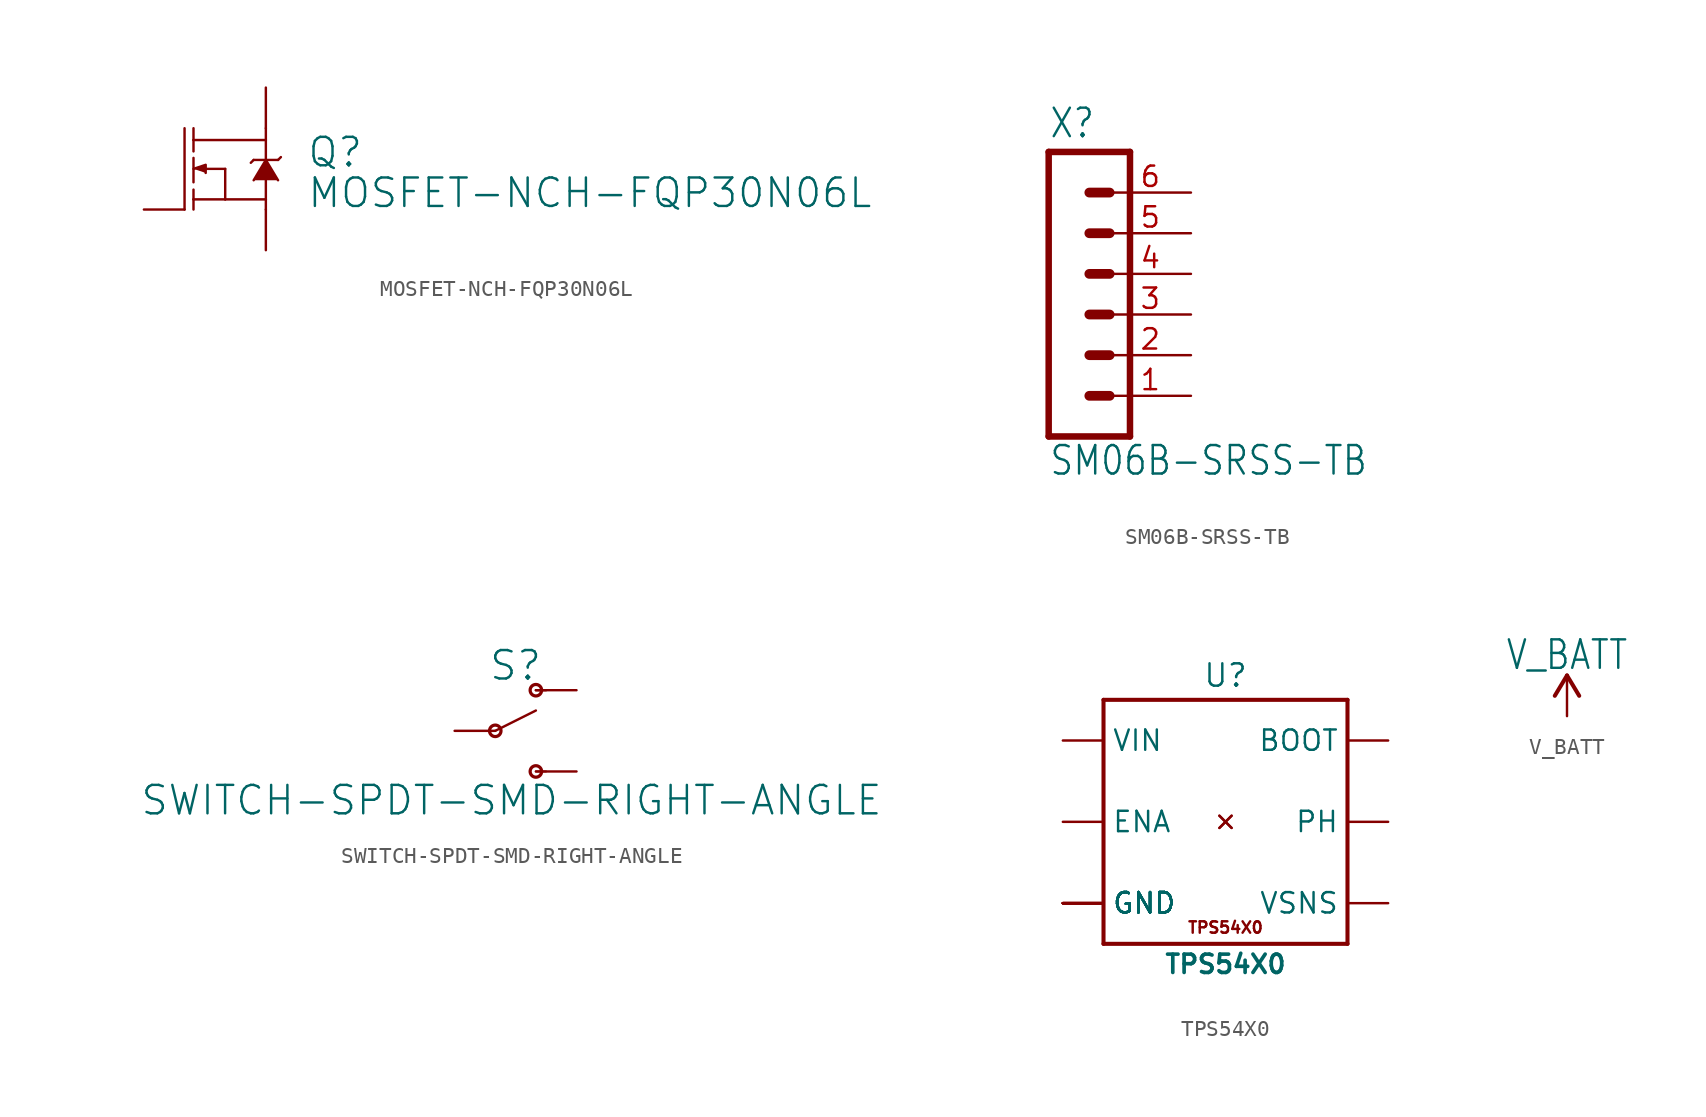
<source format=kicad_sym>
(kicad_symbol_lib
  (version 20211014)
  (generator kicad_symbol_editor)
  (symbol "MOSFET-NCH-FQP30N06L"
    (property "Reference" "Q"
      (at 5.08 0 0)
      (effects (font (size 1.778 1.778)) (justify left bottom)))
    (property "Value" "MOSFET-NCH-FQP30N06L"
      (at 5.08 -2.54 0)
      (effects (font (size 1.778 1.778)) (justify left bottom)))
    (property "ki_locked" ""
      (at 0 0 0)
      (effects (font (size 1.27 1.27))))
    (symbol "MOSFET-NCH-FQP30N06L_1_0"
      (polyline (pts (xy -2.54 -2.54) (xy -2.54 2.54)) (stroke (width 0.152) (type default) (color 0 0 0 0)) (fill (type none)))
      (polyline (pts (xy -1.981 -1.905) (xy -1.981 -2.54)) (stroke (width 0.152) (type default) (color 0 0 0 0)) (fill (type none)))
      (polyline (pts (xy -1.981 -1.905) (xy 0 -1.905)) (stroke (width 0.152) (type default) (color 0 0 0 0)) (fill (type none)))
      (polyline (pts (xy -1.981 -1.295) (xy -1.981 -1.905)) (stroke (width 0.152) (type default) (color 0 0 0 0)) (fill (type none)))
      (polyline (pts (xy -1.981 0.686) (xy -1.981 -0.838)) (stroke (width 0.152) (type default) (color 0 0 0 0)) (fill (type none)))
      (polyline (pts (xy -1.981 1.803) (xy -1.981 1.092)) (stroke (width 0.152) (type default) (color 0 0 0 0)) (fill (type none)))
      (polyline (pts (xy -1.981 1.803) (xy 2.54 1.803)) (stroke (width 0.152) (type default) (color 0 0 0 0)) (fill (type none)))
      (polyline (pts (xy -1.981 2.54) (xy -1.981 1.803)) (stroke (width 0.152) (type default) (color 0 0 0 0)) (fill (type none)))
      (polyline (pts (xy 0 -1.905) (xy 0 0)) (stroke (width 0.152) (type default) (color 0 0 0 0)) (fill (type none)))
      (polyline (pts (xy 0 0) (xy -1.219 0)) (stroke (width 0.152) (type default) (color 0 0 0 0)) (fill (type none)))
      (polyline (pts (xy 1.6 0.381) (xy 1.778 0.559)) (stroke (width 0.152) (type default) (color 0 0 0 0)) (fill (type none)))
      (polyline (pts (xy 2.54 -2.54) (xy 2.54 -1.905)) (stroke (width 0.152) (type default) (color 0 0 0 0)) (fill (type none)))
      (polyline (pts (xy 2.54 -1.905) (xy 0 -1.905)) (stroke (width 0.152) (type default) (color 0 0 0 0)) (fill (type none)))
      (polyline (pts (xy 2.54 -0.711) (xy 2.54 -1.905)) (stroke (width 0.152) (type default) (color 0 0 0 0)) (fill (type none)))
      (polyline (pts (xy 2.54 0.559) (xy 1.778 0.559)) (stroke (width 0.152) (type default) (color 0 0 0 0)) (fill (type none)))
      (polyline (pts (xy 2.54 0.559) (xy 3.302 0.559)) (stroke (width 0.152) (type default) (color 0 0 0 0)) (fill (type none)))
      (polyline (pts (xy 2.54 1.803) (xy 2.54 0.559)) (stroke (width 0.152) (type default) (color 0 0 0 0)) (fill (type none)))
      (polyline (pts (xy 2.54 2.54) (xy 2.54 1.803)) (stroke (width 0.152) (type default) (color 0 0 0 0)) (fill (type none)))
      (polyline (pts (xy 3.302 0.559) (xy 3.48 0.737)) (stroke (width 0.152) (type default) (color 0 0 0 0)) (fill (type none)))
      (polyline (pts (xy -1.981 0) (xy -1.219 0.254) (xy -1.219 -0.254)) (stroke (width 0) (type default) (color 0 0 0 0)) (fill (type outline)))
      (polyline (pts (xy 1.778 -0.711) (xy 2.54 0.559) (xy 3.302 -0.711)) (stroke (width 0) (type default) (color 0 0 0 0)) (fill (type outline)))
      (pin bidirectional line (at -5.08 -2.54 0) (length 2.54) (name "G" (effects (font (size 0 0)))) (number "1" (effects (font (size 0 0)))))
      (pin bidirectional line (at 2.54 5.08 270) (length 2.54) (name "D" (effects (font (size 0 0)))) (number "2" (effects (font (size 0 0)))))
      (pin bidirectional line (at 2.54 -5.08 90) (length 2.54) (name "S" (effects (font (size 0 0)))) (number "3" (effects (font (size 0 0)))))))
  (symbol "SM06B-SRSS-TB"
    (property "Reference" "X"
      (at -1.27 8.382 0)
      (effects (font (size 1.778 1.511)) (justify left bottom)))
    (property "Value" "SM06B-SRSS-TB"
      (at -1.27 -12.7 0)
      (effects (font (size 1.778 1.511)) (justify left bottom)))
    (property "ki_locked" ""
      (at 0 0 0)
      (effects (font (size 1.27 1.27))))
    (symbol "SM06B-SRSS-TB_1_0"
      (polyline (pts (xy -1.27 7.62) (xy -1.27 -10.16)) (stroke (width 0.406) (type default) (color 0 0 0 0)) (fill (type none)))
      (polyline (pts (xy -1.27 7.62) (xy 3.81 7.62)) (stroke (width 0.406) (type default) (color 0 0 0 0)) (fill (type none)))
      (polyline (pts (xy 1.27 -7.62) (xy 2.54 -7.62)) (stroke (width 0.61) (type default) (color 0 0 0 0)) (fill (type none)))
      (polyline (pts (xy 1.27 -5.08) (xy 2.54 -5.08)) (stroke (width 0.61) (type default) (color 0 0 0 0)) (fill (type none)))
      (polyline (pts (xy 1.27 -2.54) (xy 2.54 -2.54)) (stroke (width 0.61) (type default) (color 0 0 0 0)) (fill (type none)))
      (polyline (pts (xy 1.27 0) (xy 2.54 0)) (stroke (width 0.61) (type default) (color 0 0 0 0)) (fill (type none)))
      (polyline (pts (xy 1.27 2.54) (xy 2.54 2.54)) (stroke (width 0.61) (type default) (color 0 0 0 0)) (fill (type none)))
      (polyline (pts (xy 1.27 5.08) (xy 2.54 5.08)) (stroke (width 0.61) (type default) (color 0 0 0 0)) (fill (type none)))
      (polyline (pts (xy 3.81 -10.16) (xy -1.27 -10.16)) (stroke (width 0.406) (type default) (color 0 0 0 0)) (fill (type none)))
      (polyline (pts (xy 3.81 -10.16) (xy 3.81 7.62)) (stroke (width 0.406) (type default) (color 0 0 0 0)) (fill (type none)))
      (pin passive line (at 7.62 -7.62 180) (length 5.08) (name "1" (effects (font (size 0 0)))) (number "1" (effects (font (size 1.27 1.27)))))
      (pin passive line (at 7.62 -5.08 180) (length 5.08) (name "2" (effects (font (size 0 0)))) (number "2" (effects (font (size 1.27 1.27)))))
      (pin passive line (at 7.62 -2.54 180) (length 5.08) (name "3" (effects (font (size 0 0)))) (number "3" (effects (font (size 1.27 1.27)))))
      (pin passive line (at 7.62 0 180) (length 5.08) (name "4" (effects (font (size 0 0)))) (number "4" (effects (font (size 1.27 1.27)))))
      (pin passive line (at 7.62 2.54 180) (length 5.08) (name "5" (effects (font (size 0 0)))) (number "5" (effects (font (size 1.27 1.27)))))
      (pin passive line (at 7.62 5.08 180) (length 5.08) (name "6" (effects (font (size 0 0)))) (number "6" (effects (font (size 1.27 1.27)))))))
  (symbol "SWITCH-SPDT-SMD-RIGHT-ANGLE"
    (property "Reference" "S"
      (at 1.27 3.048 0)
      (effects (font (size 1.778 1.778)) (justify bottom)))
    (property "Value" "SWITCH-SPDT-SMD-RIGHT-ANGLE"
      (at 1.016 -3.302 0)
      (effects (font (size 1.778 1.778)) (justify top)))
    (property "ki_locked" ""
      (at 0 0 0)
      (effects (font (size 1.27 1.27))))
    (symbol "SWITCH-SPDT-SMD-RIGHT-ANGLE_1_0"
      (polyline (pts (xy 0 0) (xy 2.54 1.27)) (stroke (width 0.152) (type default) (color 0 0 0 0)) (fill (type none)))
      (polyline (pts (xy 2.54 -2.54) (xy 3.175 -2.54)) (stroke (width 0.127) (type default) (color 0 0 0 0)) (fill (type none)))
      (polyline (pts (xy 2.54 2.54) (xy 3.175 2.54)) (stroke (width 0.152) (type default) (color 0 0 0 0)) (fill (type none)))
      (circle (center 0 0) (radius 0.359) (stroke (width 0.203) (type default) (color 0 0 0 0)) (fill (type none)))
      (circle (center 2.54 -2.54) (radius 0.359) (stroke (width 0.203) (type default) (color 0 0 0 0)) (fill (type none)))
      (circle (center 2.54 2.54) (radius 0.359) (stroke (width 0.203) (type default) (color 0 0 0 0)) (fill (type none)))
      (pin passive line (at 5.08 2.54 180) (length 2.54) (name "O" (effects (font (size 0 0)))) (number "1" (effects (font (size 0 0)))))
      (pin passive line (at -2.54 0 0) (length 2.54) (name "P" (effects (font (size 0 0)))) (number "2" (effects (font (size 0 0)))))
      (pin passive line (at 5.08 -2.54 180) (length 2.54) (name "S" (effects (font (size 0 0)))) (number "3" (effects (font (size 0 0)))))))
  (symbol "TPS54X0"
    (property "Reference" "U"
      (at 0 9.144 0)
      (effects (font (size 1.397 1.397))))
    (property "Value" "TPS54X0"
      (at 0 -8.89 0)
      (effects (font (size 1.143 1.143) bold)))
    (property "ki_locked" ""
      (at 0 0 0)
      (effects (font (size 1.27 1.27))))
    (symbol "TPS54X0_1_0"
      (polyline (pts (xy -7.62 -7.62) (xy 7.62 -7.62)) (stroke (width 0.254) (type default) (color 0 0 0 0)) (fill (type none)))
      (polyline (pts (xy -7.62 7.62) (xy -7.62 -7.62)) (stroke (width 0.254) (type default) (color 0 0 0 0)) (fill (type none)))
      (polyline (pts (xy 7.62 -7.62) (xy 7.62 7.62)) (stroke (width 0.254) (type default) (color 0 0 0 0)) (fill (type none)))
      (polyline (pts (xy 7.62 7.62) (xy -7.62 7.62)) (stroke (width 0.254) (type default) (color 0 0 0 0)) (fill (type none)))
      (text "TPS54X0" (at 0 -6.604 0) (effects (font (size 0.711 0.711))))
      (pin output line (at 10.16 5.08 180) (length 2.54) (name "BOOT" (effects (font (size 1.27 1.27)))) (number "1" (effects (font (size 0 0)))))
      (pin no_connect line (at 0 0 0) (length 0) (name "NC" (effects (font (size 0 0)))) (number "2" (effects (font (size 0 0)))))
      (pin no_connect line (at 0 0 0) (length 0) (name "NC" (effects (font (size 0 0)))) (number "3" (effects (font (size 0 0)))))
      (pin input line (at 10.16 -5.08 180) (length 2.54) (name "VSNS" (effects (font (size 1.27 1.27)))) (number "4" (effects (font (size 0 0)))))
      (pin input line (at -10.16 0 0) (length 2.54) (name "ENA" (effects (font (size 1.27 1.27)))) (number "5" (effects (font (size 0 0)))))
      (pin power_in line (at -10.16 -5.08 0) (length 2.54) (name "GND" (effects (font (size 1.27 1.27)))) (number "6" (effects (font (size 0 0)))))
      (pin power_in line (at -10.16 5.08 0) (length 2.54) (name "VIN" (effects (font (size 1.27 1.27)))) (number "7" (effects (font (size 0 0)))))
      (pin output line (at 10.16 0 180) (length 2.54) (name "PH" (effects (font (size 1.27 1.27)))) (number "8" (effects (font (size 0 0)))))
      (pin power_in line (at -10.16 -5.08 0) (length 2.54) (name "GND" (effects (font (size 1.27 1.27)))) (number "9" (effects (font (size 0 0)))))
      (pin power_in line (at -10.16 -5.08 0) (length 2.54) (name "GND" (effects (font (size 1.27 1.27)))) (number "P$1" (effects (font (size 0 0)))))
      (pin power_in line (at -10.16 -5.08 0) (length 2.54) (name "GND" (effects (font (size 1.27 1.27)))) (number "P$2" (effects (font (size 0 0)))))
      (pin power_in line (at -10.16 -5.08 0) (length 2.54) (name "GND" (effects (font (size 1.27 1.27)))) (number "P$3" (effects (font (size 0 0)))))
      (pin power_in line (at -10.16 -5.08 0) (length 2.54) (name "GND" (effects (font (size 1.27 1.27)))) (number "P$4" (effects (font (size 0 0)))))
      (pin power_in line (at -10.16 -5.08 0) (length 2.54) (name "GND" (effects (font (size 1.27 1.27)))) (number "P$5" (effects (font (size 0 0)))))
      (pin power_in line (at -10.16 -5.08 0) (length 2.54) (name "GND" (effects (font (size 1.27 1.27)))) (number "P$6" (effects (font (size 0 0)))))))
  (symbol "V_BATT"
    (power)
    (property "Reference" "#SUPPLY"
      (at 0 0 0)
      (effects (font (size 1.27 1.27)) hide))
    (property "Value" "V_BATT"
      (at 0 2.794 0)
      (effects (font (size 1.778 1.511)) (justify bottom)))
    (property "ki_locked" ""
      (at 0 0 0)
      (effects (font (size 1.27 1.27))))
    (symbol "V_BATT_1_0"
      (polyline (pts (xy 0 2.54) (xy -0.762 1.27)) (stroke (width 0.254) (type default) (color 0 0 0 0)) (fill (type none)))
      (polyline (pts (xy 0.762 1.27) (xy 0 2.54)) (stroke (width 0.254) (type default) (color 0 0 0 0)) (fill (type none)))
      (pin power_in line (at 0 0 90) (length 2.54) (name "V_BATT" (effects (font (size 0 0)))) (number "1" (effects (font (size 0 0))))))))
</source>
